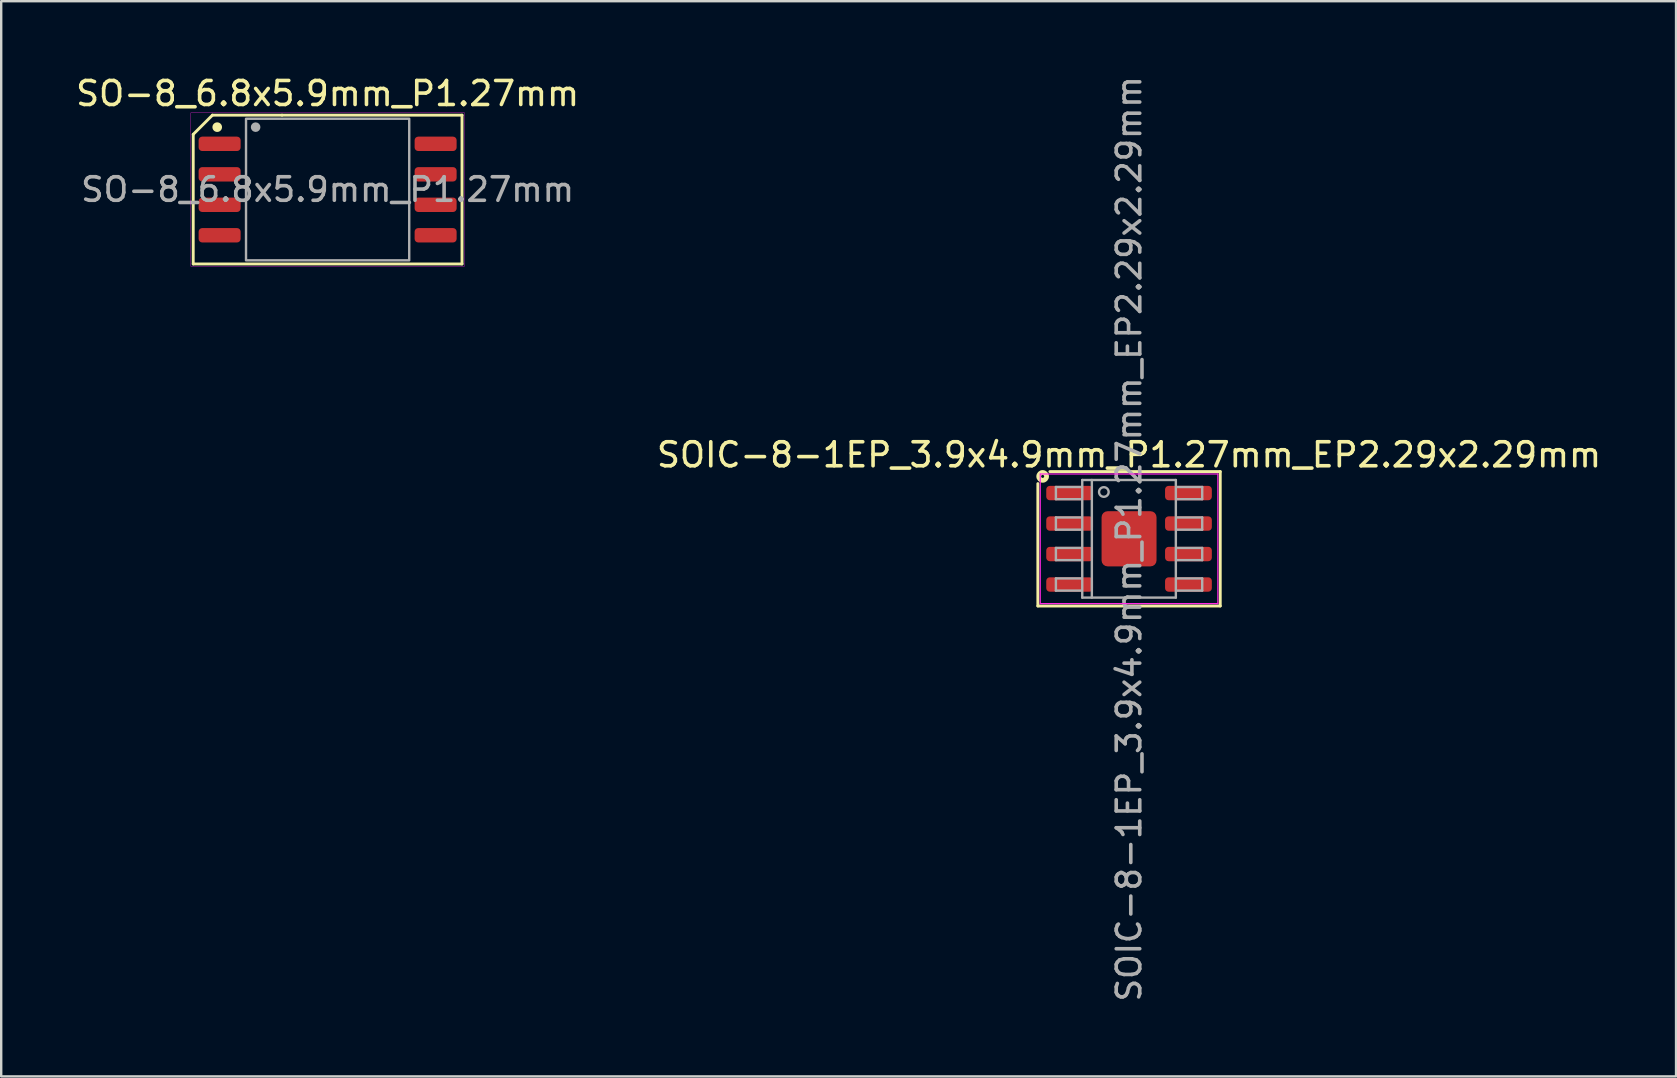
<source format=kicad_pcb>
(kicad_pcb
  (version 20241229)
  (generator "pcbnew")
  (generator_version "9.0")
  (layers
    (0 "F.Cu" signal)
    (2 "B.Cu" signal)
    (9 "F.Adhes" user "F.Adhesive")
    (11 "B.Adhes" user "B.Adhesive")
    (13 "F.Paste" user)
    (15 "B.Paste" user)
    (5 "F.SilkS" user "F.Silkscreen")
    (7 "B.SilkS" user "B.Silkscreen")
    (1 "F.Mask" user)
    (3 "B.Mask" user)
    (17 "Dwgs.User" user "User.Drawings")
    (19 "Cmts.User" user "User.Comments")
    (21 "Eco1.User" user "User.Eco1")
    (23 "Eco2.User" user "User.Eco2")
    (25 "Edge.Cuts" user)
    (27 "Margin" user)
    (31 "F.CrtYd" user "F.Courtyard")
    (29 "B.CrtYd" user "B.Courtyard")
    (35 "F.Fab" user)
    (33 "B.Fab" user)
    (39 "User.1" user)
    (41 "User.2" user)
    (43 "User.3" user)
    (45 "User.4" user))
  (footprint "SOIC-8-1EP_3.9x4.9mm_P1.27mm_EP2.29x2.29mm"
    (layer "F.Cu")
    (at 43.994 19.4)
    (property "Reference" "SOIC-8-1EP_3.9x4.9mm_P1.27mm_EP2.29x2.29mm" (at 0 -3.498 0) (layer "F.SilkS") (effects (font (size 1 1) (thickness 0.15))))
    (attr smd)
    (fp_line (start -3.8 -2.3) (end -3.8 2.8) (stroke (width 0.12) (type solid)) (layer "F.SilkS"))
    (fp_line (start -3.8 2.8) (end 3.8 2.8) (stroke (width 0.12) (type solid)) (layer "F.SilkS"))
    (fp_line (start 3.8 -2.8) (end -3.3 -2.8) (stroke (width 0.12) (type solid)) (layer "F.SilkS"))
    (fp_line (start 3.8 2.8) (end 3.8 -2.8) (stroke (width 0.12) (type solid)) (layer "F.SilkS"))
    (fp_circle (center -3.6 -2.6) (end -3.537 -2.6) (stroke (width 0.2) (type solid)) (fill no) (layer "F.SilkS"))
    (fp_line (start -3.7 -2.7) (end -3.7 2.7) (stroke (width 0.05) (type solid)) (layer "F.CrtYd"))
    (fp_line (start -3.7 2.7) (end 3.7 2.7) (stroke (width 0.05) (type solid)) (layer "F.CrtYd"))
    (fp_line (start 3.7 -2.7) (end -3.7 -2.7) (stroke (width 0.05) (type solid)) (layer "F.CrtYd"))
    (fp_line (start 3.7 2.7) (end 3.7 -2.7) (stroke (width 0.05) (type solid)) (layer "F.CrtYd"))
    (fp_line (start -3.048 -2.159) (end -3.048 -1.651) (stroke (width 0.1) (type solid)) (layer "F.Fab"))
    (fp_line (start -3.048 -2.159) (end -1.968 -2.159) (stroke (width 0.1) (type solid)) (layer "F.Fab"))
    (fp_line (start -3.048 -1.651) (end -1.968 -1.651) (stroke (width 0.1) (type solid)) (layer "F.Fab"))
    (fp_line (start -3.048 -0.889) (end -3.048 -0.381) (stroke (width 0.1) (type solid)) (layer "F.Fab"))
    (fp_line (start -3.048 -0.889) (end -1.968 -0.889) (stroke (width 0.1) (type solid)) (layer "F.Fab"))
    (fp_line (start -3.048 -0.381) (end -1.968 -0.381) (stroke (width 0.1) (type solid)) (layer "F.Fab"))
    (fp_line (start -3.048 0.381) (end -3.048 0.889) (stroke (width 0.1) (type solid)) (layer "F.Fab"))
    (fp_line (start -3.048 0.381) (end -1.968 0.381) (stroke (width 0.1) (type solid)) (layer "F.Fab"))
    (fp_line (start -3.048 0.889) (end -1.968 0.889) (stroke (width 0.1) (type solid)) (layer "F.Fab"))
    (fp_line (start -3.048 1.651) (end -3.048 2.159) (stroke (width 0.1) (type solid)) (layer "F.Fab"))
    (fp_line (start -3.048 1.651) (end -1.968 1.651) (stroke (width 0.1) (type solid)) (layer "F.Fab"))
    (fp_line (start -3.048 2.159) (end -1.968 2.159) (stroke (width 0.1) (type solid)) (layer "F.Fab"))
    (fp_line (start -1.95 -2.45) (end 1.95 -2.45) (stroke (width 0.1) (type solid)) (layer "F.Fab"))
    (fp_line (start -1.95 2.45) (end -1.95 -2.45) (stroke (width 0.1) (type solid)) (layer "F.Fab"))
    (fp_line (start -1.55 -2.45) (end -1.55 2.45) (stroke (width 0.1) (type solid)) (layer "F.Fab"))
    (fp_line (start 1.95 -2.45) (end 1.95 2.45) (stroke (width 0.1) (type solid)) (layer "F.Fab"))
    (fp_line (start 1.95 2.45) (end -1.95 2.45) (stroke (width 0.1) (type solid)) (layer "F.Fab"))
    (fp_line (start 3.048 -2.159) (end 1.968 -2.159) (stroke (width 0.1) (type solid)) (layer "F.Fab"))
    (fp_line (start 3.048 -1.651) (end 1.968 -1.651) (stroke (width 0.1) (type solid)) (layer "F.Fab"))
    (fp_line (start 3.048 -1.651) (end 3.048 -2.159) (stroke (width 0.1) (type solid)) (layer "F.Fab"))
    (fp_line (start 3.048 -0.889) (end 1.968 -0.889) (stroke (width 0.1) (type solid)) (layer "F.Fab"))
    (fp_line (start 3.048 -0.381) (end 1.968 -0.381) (stroke (width 0.1) (type solid)) (layer "F.Fab"))
    (fp_line (start 3.048 -0.381) (end 3.048 -0.889) (stroke (width 0.1) (type solid)) (layer "F.Fab"))
    (fp_line (start 3.048 0.381) (end 1.968 0.381) (stroke (width 0.1) (type solid)) (layer "F.Fab"))
    (fp_line (start 3.048 0.889) (end 1.968 0.889) (stroke (width 0.1) (type solid)) (layer "F.Fab"))
    (fp_line (start 3.048 0.889) (end 3.048 0.381) (stroke (width 0.1) (type solid)) (layer "F.Fab"))
    (fp_line (start 3.048 1.651) (end 1.968 1.651) (stroke (width 0.1) (type solid)) (layer "F.Fab"))
    (fp_line (start 3.048 2.159) (end 1.968 2.159) (stroke (width 0.1) (type solid)) (layer "F.Fab"))
    (fp_line (start 3.048 2.159) (end 3.048 1.651) (stroke (width 0.1) (type solid)) (layer "F.Fab"))
    (fp_circle (center -1.05 -1.95) (end -0.85 -1.95) (stroke (width 0.1) (type solid)) (fill no) (layer "F.Fab"))
    (fp_text user "${REFERENCE}" (at 0 0 90) (layer "F.Fab") (effects (font (size 0.98 0.98) (thickness 0.15))))
    (pad "" smd roundrect (at -0.57 -0.598) (size 0.92 0.905) (layers "F.Paste") (roundrect_rratio 0.25))
    (pad "" smd roundrect (at -0.57 0.598) (size 0.92 0.905) (layers "F.Paste") (roundrect_rratio 0.25))
    (pad "" smd roundrect (at 0.57 -0.598) (size 0.92 0.905) (layers "F.Paste") (roundrect_rratio 0.25))
    (pad "" smd roundrect (at 0.57 0.598) (size 0.92 0.905) (layers "F.Paste") (roundrect_rratio 0.25))
    (pad "1" smd roundrect (at -2.475 -1.905) (size 1.95 0.6) (layers "F.Cu" "F.Mask" "F.Paste") (roundrect_rratio 0.25))
    (pad "2" smd roundrect (at -2.475 -0.635) (size 1.95 0.6) (layers "F.Cu" "F.Mask" "F.Paste") (roundrect_rratio 0.25))
    (pad "3" smd roundrect (at -2.475 0.635) (size 1.95 0.6) (layers "F.Cu" "F.Mask" "F.Paste") (roundrect_rratio 0.25))
    (pad "4" smd roundrect (at -2.475 1.905) (size 1.95 0.6) (layers "F.Cu" "F.Mask" "F.Paste") (roundrect_rratio 0.25))
    (pad "5" smd roundrect (at 2.475 1.905) (size 1.95 0.6) (layers "F.Cu" "F.Mask" "F.Paste") (roundrect_rratio 0.25))
    (pad "6" smd roundrect (at 2.475 0.635) (size 1.95 0.6) (layers "F.Cu" "F.Mask" "F.Paste") (roundrect_rratio 0.25))
    (pad "7" smd roundrect (at 2.475 -0.635) (size 1.95 0.6) (layers "F.Cu" "F.Mask" "F.Paste") (roundrect_rratio 0.25))
    (pad "8" smd roundrect (at 2.475 -1.905) (size 1.95 0.6) (layers "F.Cu" "F.Mask" "F.Paste") (roundrect_rratio 0.25))
    (pad "9" smd roundrect (at 0 0) (size 2.29 2.298) (layers "F.Cu" "F.Mask") (roundrect_rratio 0.109)))
  (footprint "SO-8_6.8x5.9mm_P1.27mm"
    (layer "F.Cu")
    (at 10.601 4.848)
    (property "Reference" "SO-8_6.8x5.9mm_P1.27mm" (at 0 -4 0) (layer "F.SilkS") (effects (font (size 1 1) (thickness 0.15))))
    (attr smd)
    (fp_line (start -5.6 -2.3) (end -4.8 -3.1) (stroke (width 0.12) (type solid)) (layer "F.SilkS"))
    (fp_line (start -5.6 3.1) (end -5.6 -2.3) (stroke (width 0.12) (type solid)) (layer "F.SilkS"))
    (fp_line (start -1.9 -3.1) (end -4.8 -3.1) (stroke (width 0.12) (type solid)) (layer "F.SilkS"))
    (fp_line (start -1.9 -3.1) (end 5.6 -3.1) (stroke (width 0.12) (type solid)) (layer "F.SilkS"))
    (fp_line (start 5.6 -3.1) (end 5.6 3.1) (stroke (width 0.12) (type solid)) (layer "F.SilkS"))
    (fp_line (start 5.6 3.1) (end -5.6 3.1) (stroke (width 0.12) (type solid)) (layer "F.SilkS"))
    (fp_circle (center -4.6 -2.6) (end -4.5 -2.6) (stroke (width 0.2) (type solid)) (fill yes) (layer "F.SilkS"))
    (fp_rect (start -5.7 -3.2) (end 5.7 3.2) (stroke (width 0.013) (type solid)) (fill no) (layer "F.CrtYd"))
    (fp_rect (start -3.4 -2.95) (end 3.4 2.95) (stroke (width 0.1) (type solid)) (fill no) (layer "F.Fab"))
    (fp_circle (center -3 -2.6) (end -2.9 -2.6) (stroke (width 0.2) (type solid)) (fill no) (layer "F.Fab"))
    (fp_text user "${REFERENCE}" (at 0 0 0) (layer "F.Fab") (effects (font (size 0.98 0.98) (thickness 0.15))))
    (pad "1" smd roundrect (at -4.5 -1.905) (size 1.75 0.6) (layers "F.Cu" "F.Mask" "F.Paste") (roundrect_rratio 0.25))
    (pad "2" smd roundrect (at -4.5 -0.635) (size 1.75 0.6) (layers "F.Cu" "F.Mask" "F.Paste") (roundrect_rratio 0.25))
    (pad "3" smd roundrect (at -4.5 0.635) (size 1.75 0.6) (layers "F.Cu" "F.Mask" "F.Paste") (roundrect_rratio 0.25))
    (pad "4" smd roundrect (at -4.5 1.905) (size 1.75 0.6) (layers "F.Cu" "F.Mask" "F.Paste") (roundrect_rratio 0.25))
    (pad "5" smd roundrect (at 4.5 1.905) (size 1.75 0.6) (layers "F.Cu" "F.Mask" "F.Paste") (roundrect_rratio 0.25))
    (pad "6" smd roundrect (at 4.5 0.635) (size 1.75 0.6) (layers "F.Cu" "F.Mask" "F.Paste") (roundrect_rratio 0.25))
    (pad "7" smd roundrect (at 4.5 -0.635) (size 1.75 0.6) (layers "F.Cu" "F.Mask" "F.Paste") (roundrect_rratio 0.25))
    (pad "8" smd roundrect (at 4.5 -1.905) (size 1.75 0.6) (layers "F.Cu" "F.Mask" "F.Paste") (roundrect_rratio 0.25)))
  (gr_rect
    (start -3 -3)
    (end 66.786 41.801)
    (stroke (width 0.1) (type default))
    (fill no)
    (layer "Edge.Cuts")))
</source>
